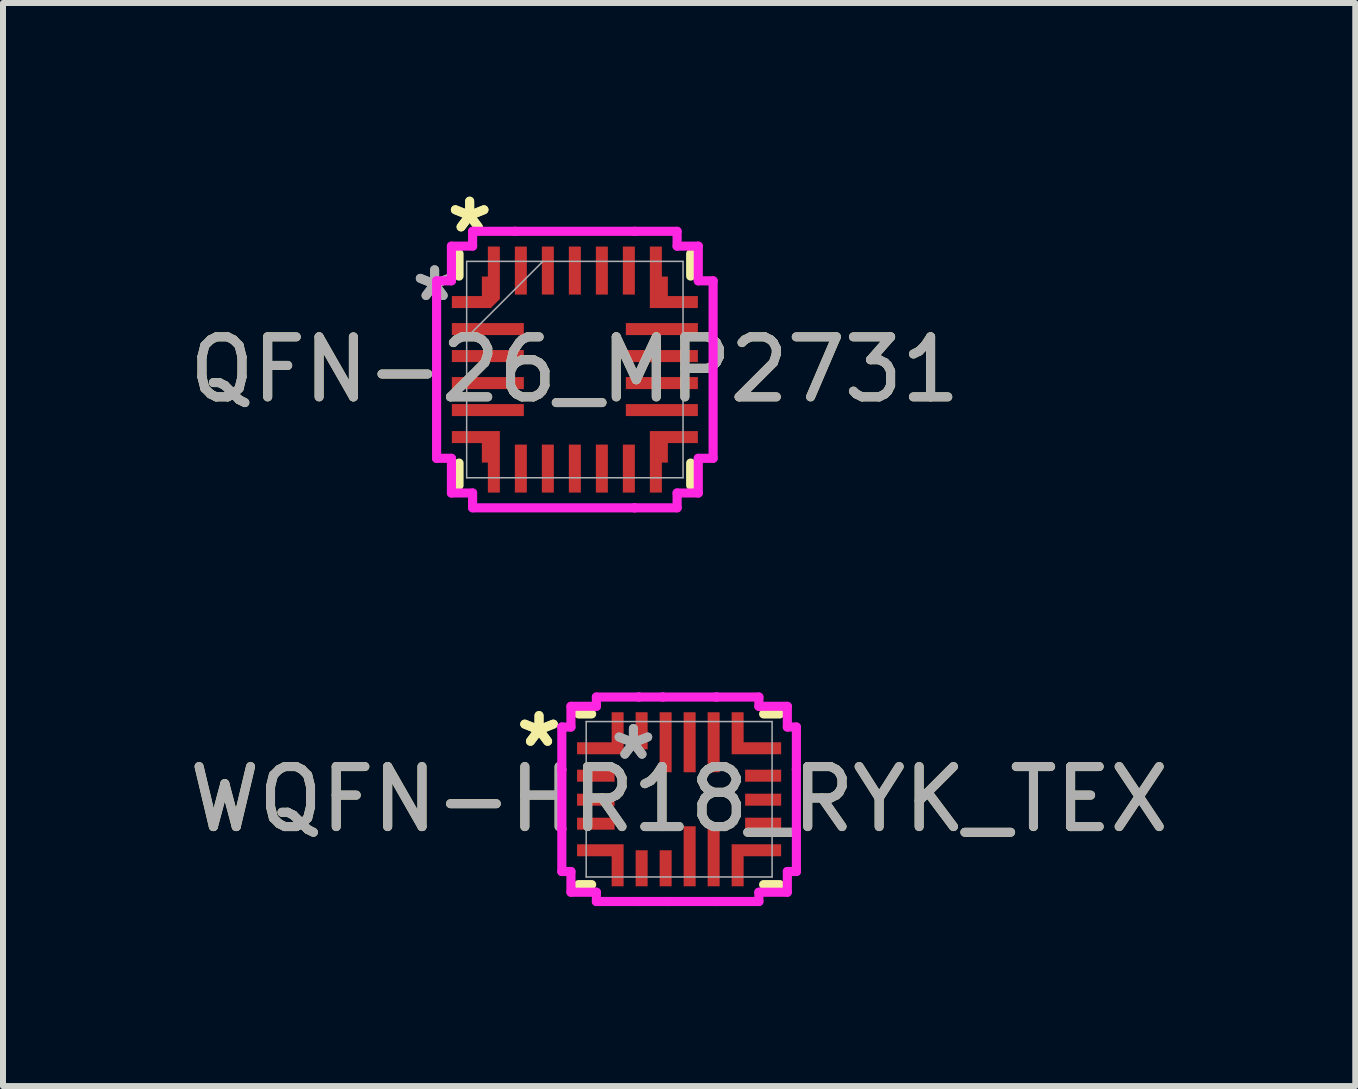
<source format=kicad_pcb>
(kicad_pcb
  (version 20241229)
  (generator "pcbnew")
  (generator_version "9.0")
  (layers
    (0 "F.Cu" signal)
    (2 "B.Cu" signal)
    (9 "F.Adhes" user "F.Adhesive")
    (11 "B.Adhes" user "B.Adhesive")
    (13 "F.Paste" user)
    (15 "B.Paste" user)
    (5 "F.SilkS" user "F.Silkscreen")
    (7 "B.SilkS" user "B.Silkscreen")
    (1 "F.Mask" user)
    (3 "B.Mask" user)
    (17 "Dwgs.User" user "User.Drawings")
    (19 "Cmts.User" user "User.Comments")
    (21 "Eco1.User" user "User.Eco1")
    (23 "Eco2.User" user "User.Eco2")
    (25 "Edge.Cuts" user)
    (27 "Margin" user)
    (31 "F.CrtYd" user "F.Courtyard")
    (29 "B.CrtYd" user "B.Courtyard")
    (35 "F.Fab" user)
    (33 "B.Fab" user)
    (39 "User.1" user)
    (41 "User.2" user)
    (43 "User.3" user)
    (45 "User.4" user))
  (footprint "WQFN-HR18_RYK_TEX"
    (layer "F.Cu")
    (at 8.268 10.27)
    (property "Reference" "WQFN-HR18_RYK_TEX" (at 0 0 0) (unlocked yes) (layer "F.SilkS") (effects (font (size 1 1) (thickness 0.15))))
    (attr smd)
    (fp_poly (pts (xy -1.701 -0.95) (xy -1.701 -0.75) (xy -0.925 -0.75) (xy -0.925 -1.45) (xy -1.125 -1.45) (xy -1.125 -0.95)) (stroke (width 0) (type solid)) (fill yes) (layer "F.Cu"))
    (fp_poly (pts (xy -1.701 0.95) (xy -1.701 0.75) (xy -0.925 0.75) (xy -0.925 1.45) (xy -1.125 1.45) (xy -1.125 0.95)) (stroke (width 0) (type solid)) (fill yes) (layer "F.Cu"))
    (fp_poly (pts (xy 0.875 -1.45) (xy 0.875 -0.75) (xy 1.7 -0.75) (xy 1.7 -0.95) (xy 1.075 -0.95) (xy 1.075 -1.45)) (stroke (width 0) (type solid)) (fill yes) (layer "F.Cu"))
    (fp_poly (pts (xy 0.875 1.45) (xy 0.875 0.75) (xy 1.7 0.75) (xy 1.7 0.95) (xy 1.075 0.95) (xy 1.075 1.45)) (stroke (width 0) (type solid)) (fill yes) (layer "F.Cu"))
    (fp_poly (pts (xy -1.701 -0.95) (xy -1.701 -0.75) (xy -0.925 -0.75) (xy -0.925 -1.45) (xy -1.125 -1.45) (xy -1.125 -0.95)) (stroke (width 0) (type solid)) (fill yes) (layer "F.Mask"))
    (fp_poly (pts (xy -1.701 0.95) (xy -1.701 0.75) (xy -0.925 0.75) (xy -0.925 1.45) (xy -1.125 1.45) (xy -1.125 0.95)) (stroke (width 0) (type solid)) (fill yes) (layer "F.Mask"))
    (fp_poly (pts (xy 0.875 -1.45) (xy 0.875 -0.75) (xy 1.7 -0.75) (xy 1.7 -0.95) (xy 1.075 -0.95) (xy 1.075 -1.45)) (stroke (width 0) (type solid)) (fill yes) (layer "F.Mask"))
    (fp_poly (pts (xy 0.875 1.45) (xy 0.875 0.75) (xy 1.7 0.75) (xy 1.7 0.95) (xy 1.075 0.95) (xy 1.075 1.45)) (stroke (width 0) (type solid)) (fill yes) (layer "F.Mask"))
    (fp_line (start -1.676 -1.422) (end -1.458 -1.422) (stroke (width 0.152) (type solid)) (layer "F.SilkS"))
    (fp_line (start -1.458 1.422) (end -1.676 1.422) (stroke (width 0.152) (type solid)) (layer "F.SilkS"))
    (fp_line (start 1.408 -1.422) (end 1.676 -1.422) (stroke (width 0.152) (type solid)) (layer "F.SilkS"))
    (fp_line (start 1.676 1.422) (end 1.408 1.422) (stroke (width 0.152) (type solid)) (layer "F.SilkS"))
    (fp_poly (pts (xy -1.701 -0.95) (xy -1.701 -0.75) (xy -0.925 -0.75) (xy -0.925 -1.45) (xy -1.125 -1.45) (xy -1.125 -0.95)) (stroke (width 0) (type solid)) (fill yes) (layer "F.Paste"))
    (fp_poly (pts (xy -1.701 0.95) (xy -1.701 0.75) (xy -0.925 0.75) (xy -0.925 1.45) (xy -1.125 1.45) (xy -1.125 0.95)) (stroke (width 0) (type solid)) (fill yes) (layer "F.Paste"))
    (fp_poly (pts (xy 0.875 -1.45) (xy 0.875 -0.75) (xy 1.7 -0.75) (xy 1.7 -0.95) (xy 1.075 -0.95) (xy 1.075 -1.45)) (stroke (width 0) (type solid)) (fill yes) (layer "F.Paste"))
    (fp_poly (pts (xy 0.875 1.45) (xy 0.875 0.75) (xy 1.7 0.75) (xy 1.7 0.95) (xy 1.075 0.95) (xy 1.075 1.45)) (stroke (width 0) (type solid)) (fill yes) (layer "F.Paste"))
    (fp_line (start -1.955 -1.204) (end -1.955 -0.496) (stroke (width 0.152) (type solid)) (layer "F.CrtYd"))
    (fp_line (start -1.955 -0.496) (end -1.954 -0.496) (stroke (width 0.152) (type solid)) (layer "F.CrtYd"))
    (fp_line (start -1.955 0.496) (end -1.955 1.204) (stroke (width 0.152) (type solid)) (layer "F.CrtYd"))
    (fp_line (start -1.955 1.204) (end -1.803 1.204) (stroke (width 0.152) (type solid)) (layer "F.CrtYd"))
    (fp_line (start -1.954 -0.496) (end -1.954 0.496) (stroke (width 0.152) (type solid)) (layer "F.CrtYd"))
    (fp_line (start -1.954 0.496) (end -1.955 0.496) (stroke (width 0.152) (type solid)) (layer "F.CrtYd"))
    (fp_line (start -1.803 -1.549) (end -1.803 -1.204) (stroke (width 0.152) (type solid)) (layer "F.CrtYd"))
    (fp_line (start -1.803 -1.204) (end -1.955 -1.204) (stroke (width 0.152) (type solid)) (layer "F.CrtYd"))
    (fp_line (start -1.803 1.204) (end -1.803 1.549) (stroke (width 0.152) (type solid)) (layer "F.CrtYd"))
    (fp_line (start -1.803 1.549) (end -1.379 1.549) (stroke (width 0.152) (type solid)) (layer "F.CrtYd"))
    (fp_line (start -1.379 -1.704) (end -1.379 -1.549) (stroke (width 0.152) (type solid)) (layer "F.CrtYd"))
    (fp_line (start -1.379 -1.549) (end -1.803 -1.549) (stroke (width 0.152) (type solid)) (layer "F.CrtYd"))
    (fp_line (start -1.379 1.549) (end -1.379 1.704) (stroke (width 0.152) (type solid)) (layer "F.CrtYd"))
    (fp_line (start -1.379 1.704) (end -0.671 1.704) (stroke (width 0.152) (type solid)) (layer "F.CrtYd"))
    (fp_line (start -0.671 -1.704) (end -0.671 -1.704) (stroke (width 0.152) (type solid)) (layer "F.CrtYd"))
    (fp_line (start -0.671 -1.704) (end -1.379 -1.704) (stroke (width 0.152) (type solid)) (layer "F.CrtYd"))
    (fp_line (start -0.671 1.704) (end -0.671 1.704) (stroke (width 0.152) (type solid)) (layer "F.CrtYd"))
    (fp_line (start -0.671 1.704) (end -0.179 1.704) (stroke (width 0.152) (type solid)) (layer "F.CrtYd"))
    (fp_line (start -0.271 -1.704) (end -0.671 -1.704) (stroke (width 0.152) (type solid)) (layer "F.CrtYd"))
    (fp_line (start -0.271 -1.704) (end -0.271 -1.704) (stroke (width 0.152) (type solid)) (layer "F.CrtYd"))
    (fp_line (start -0.179 1.704) (end 0.621 1.704) (stroke (width 0.152) (type solid)) (layer "F.CrtYd"))
    (fp_line (start -0.179 1.704) (end -0.179 1.704) (stroke (width 0.152) (type solid)) (layer "F.CrtYd"))
    (fp_line (start 0.621 -1.704) (end 0.621 -1.704) (stroke (width 0.152) (type solid)) (layer "F.CrtYd"))
    (fp_line (start 0.621 -1.704) (end -0.271 -1.704) (stroke (width 0.152) (type solid)) (layer "F.CrtYd"))
    (fp_line (start 0.621 1.704) (end 0.621 1.704) (stroke (width 0.152) (type solid)) (layer "F.CrtYd"))
    (fp_line (start 0.621 1.704) (end 1.329 1.704) (stroke (width 0.152) (type solid)) (layer "F.CrtYd"))
    (fp_line (start 1.329 -1.704) (end 0.621 -1.704) (stroke (width 0.152) (type solid)) (layer "F.CrtYd"))
    (fp_line (start 1.329 -1.549) (end 1.329 -1.704) (stroke (width 0.152) (type solid)) (layer "F.CrtYd"))
    (fp_line (start 1.329 1.549) (end 1.803 1.549) (stroke (width 0.152) (type solid)) (layer "F.CrtYd"))
    (fp_line (start 1.329 1.704) (end 1.329 1.549) (stroke (width 0.152) (type solid)) (layer "F.CrtYd"))
    (fp_line (start 1.803 -1.549) (end 1.329 -1.549) (stroke (width 0.152) (type solid)) (layer "F.CrtYd"))
    (fp_line (start 1.803 -1.204) (end 1.803 -1.549) (stroke (width 0.152) (type solid)) (layer "F.CrtYd"))
    (fp_line (start 1.803 1.204) (end 1.954 1.204) (stroke (width 0.152) (type solid)) (layer "F.CrtYd"))
    (fp_line (start 1.803 1.549) (end 1.803 1.204) (stroke (width 0.152) (type solid)) (layer "F.CrtYd"))
    (fp_line (start 1.954 -1.204) (end 1.803 -1.204) (stroke (width 0.152) (type solid)) (layer "F.CrtYd"))
    (fp_line (start 1.954 -0.496) (end 1.954 -1.204) (stroke (width 0.152) (type solid)) (layer "F.CrtYd"))
    (fp_line (start 1.954 -0.496) (end 1.954 -0.496) (stroke (width 0.152) (type solid)) (layer "F.CrtYd"))
    (fp_line (start 1.954 0.496) (end 1.954 -0.496) (stroke (width 0.152) (type solid)) (layer "F.CrtYd"))
    (fp_line (start 1.954 0.496) (end 1.954 0.496) (stroke (width 0.152) (type solid)) (layer "F.CrtYd"))
    (fp_line (start 1.954 1.204) (end 1.954 0.496) (stroke (width 0.152) (type solid)) (layer "F.CrtYd"))
    (fp_line (start -1.549 -1.295) (end -1.549 1.295) (stroke (width 0.025) (type solid)) (layer "F.Fab"))
    (fp_line (start -1.549 1.295) (end 1.549 1.295) (stroke (width 0.025) (type solid)) (layer "F.Fab"))
    (fp_line (start 1.549 -1.295) (end -1.549 -1.295) (stroke (width 0.025) (type solid)) (layer "F.Fab"))
    (fp_line (start 1.549 1.295) (end 1.549 -1.295) (stroke (width 0.025) (type solid)) (layer "F.Fab"))
    (fp_text user "*" (at -2.335 -0.85 0) (layer "F.SilkS") (effects (font (size 1 1) (thickness 0.15))))
    (fp_text user "*" (at -2.335 -0.85 0) (unlocked yes) (layer "F.SilkS") (effects (font (size 1 1) (thickness 0.15))))
    (fp_text user "*" (at -0.762 -0.635 0) (layer "F.Fab") (effects (font (size 1 1) (thickness 0.15))))
    (fp_text user "*" (at -0.762 -0.635 0) (unlocked yes) (layer "F.Fab") (effects (font (size 1 1) (thickness 0.15))))
    (fp_text user "${REFERENCE}" (at 0 0 0) (unlocked yes) (layer "F.Fab") (effects (font (size 1 1) (thickness 0.15))))
    (pad "1" smd rect (at -1.025 -0.85) (size 0.127 0.127) (layers "F.Cu" "F.Mask" "F.Paste"))
    (pad "2" smd rect (at -1.388 -0.393) (size 0.625 0.2) (layers "F.Cu" "F.Mask" "F.Paste"))
    (pad "3" smd rect (at -1.388 0.007) (size 0.625 0.2) (layers "F.Cu" "F.Mask" "F.Paste"))
    (pad "4" smd rect (at -1.388 0.407) (size 0.625 0.2) (layers "F.Cu" "F.Mask" "F.Paste"))
    (pad "5" smd rect (at -1.025 0.85) (size 0.127 0.127) (layers "F.Cu" "F.Mask" "F.Paste"))
    (pad "6" smd rect (at -0.625 1.15 90) (size 0.6 0.2) (layers "F.Cu" "F.Mask" "F.Paste"))
    (pad "7" smd rect (at -0.225 1.15 90) (size 0.6 0.2) (layers "F.Cu" "F.Mask" "F.Paste"))
    (pad "8" smd rect (at 0.175 0.95) (size 0.2 1) (layers "F.Cu" "F.Mask" "F.Paste"))
    (pad "9" smd rect (at 0.575 0.95) (size 0.2 1) (layers "F.Cu" "F.Mask" "F.Paste"))
    (pad "10" smd rect (at 0.975 0.85) (size 0.127 0.127) (layers "F.Cu" "F.Mask" "F.Paste"))
    (pad "11" smd rect (at 1.4 0.407) (size 0.6 0.2) (layers "F.Cu" "F.Mask" "F.Paste"))
    (pad "12" smd rect (at 1.4 0.007) (size 0.6 0.2) (layers "F.Cu" "F.Mask" "F.Paste"))
    (pad "13" smd rect (at 1.4 -0.393) (size 0.6 0.2) (layers "F.Cu" "F.Mask" "F.Paste"))
    (pad "14" smd rect (at 0.975 -0.85) (size 0.127 0.127) (layers "F.Cu" "F.Mask" "F.Paste"))
    (pad "15" smd rect (at 0.575 -0.95) (size 0.2 1) (layers "F.Cu" "F.Mask" "F.Paste"))
    (pad "16" smd rect (at 0.175 -0.95) (size 0.2 1) (layers "F.Cu" "F.Mask" "F.Paste"))
    (pad "17" smd rect (at -0.225 -0.95) (size 0.2 1) (layers "F.Cu" "F.Mask" "F.Paste"))
    (pad "18" smd rect (at -0.625 -1.141 90) (size 0.619 0.2) (layers "F.Cu" "F.Mask" "F.Paste")))
  (footprint "QFN-26_MP2731"
    (layer "F.Cu")
    (at 6.53 3.109)
    (property "Reference" "QFN-26_MP2731" (at 0 0 0) (unlocked yes) (layer "F.SilkS") (effects (font (size 1 1) (thickness 0.15))))
    (attr smd)
    (fp_poly (pts (xy -2.05 1.025) (xy -2.05 1.225) (xy -1.55 1.225) (xy -1.55 1.55) (xy -1.45 1.55) (xy -1.45 2.05) (xy -1.25 2.05) (xy -1.25 1.025)) (stroke (width 0) (type solid)) (fill yes) (layer "F.Cu"))
    (fp_poly (pts (xy 2.05 -1.025) (xy 2.05 -1.225) (xy 1.55 -1.225) (xy 1.55 -1.55) (xy 1.45 -1.55) (xy 1.45 -2.05) (xy 1.25 -2.05) (xy 1.25 -1.025)) (stroke (width 0) (type solid)) (fill yes) (layer "F.Cu"))
    (fp_poly (pts (xy 2.05 1.025) (xy 2.05 1.225) (xy 1.55 1.225) (xy 1.55 1.55) (xy 1.45 1.55) (xy 1.45 2.05) (xy 1.25 2.05) (xy 1.25 1.025)) (stroke (width 0) (type solid)) (fill yes) (layer "F.Cu"))
    (fp_poly (pts (xy -1.45 -2.05) (xy -1.25 -2.05) (xy -1.25 -1.175) (xy -1.4 -1.025) (xy -2.05 -1.025) (xy -2.05 -1.225) (xy -1.55 -1.225) (xy -1.55 -1.55) (xy -1.45 -1.55)) (stroke (width 0) (type solid)) (fill yes) (layer "F.Cu"))
    (fp_poly (pts (xy -2.05 1.025) (xy -2.05 1.225) (xy -1.55 1.225) (xy -1.55 1.55) (xy -1.45 1.55) (xy -1.45 2.05) (xy -1.25 2.05) (xy -1.25 1.025)) (stroke (width 0) (type solid)) (fill yes) (layer "F.Mask"))
    (fp_poly (pts (xy 2.05 -1.025) (xy 2.05 -1.225) (xy 1.55 -1.225) (xy 1.55 -1.55) (xy 1.45 -1.55) (xy 1.45 -2.05) (xy 1.25 -2.05) (xy 1.25 -1.025)) (stroke (width 0) (type solid)) (fill yes) (layer "F.Mask"))
    (fp_poly (pts (xy 2.05 1.025) (xy 2.05 1.225) (xy 1.55 1.225) (xy 1.55 1.55) (xy 1.45 1.55) (xy 1.45 2.05) (xy 1.25 2.05) (xy 1.25 1.025)) (stroke (width 0) (type solid)) (fill yes) (layer "F.Mask"))
    (fp_poly (pts (xy -1.45 -2.05) (xy -1.25 -2.05) (xy -1.25 -1.175) (xy -1.4 -1.025) (xy -2.05 -1.025) (xy -2.05 -1.225) (xy -1.55 -1.225) (xy -1.55 -1.55) (xy -1.45 -1.55)) (stroke (width 0) (type solid)) (fill yes) (layer "F.Mask"))
    (fp_line (start -1.93 -1.558) (end -1.93 -1.93) (stroke (width 0.152) (type solid)) (layer "F.SilkS"))
    (fp_line (start -1.93 1.93) (end -1.93 1.558) (stroke (width 0.152) (type solid)) (layer "F.SilkS"))
    (fp_line (start 1.93 -1.93) (end 1.93 -1.558) (stroke (width 0.152) (type solid)) (layer "F.SilkS"))
    (fp_line (start 1.93 1.558) (end 1.93 1.93) (stroke (width 0.152) (type solid)) (layer "F.SilkS"))
    (fp_poly (pts (xy -2.05 1.025) (xy -2.05 1.225) (xy -1.55 1.225) (xy -1.55 1.55) (xy -1.45 1.55) (xy -1.45 2.05) (xy -1.25 2.05) (xy -1.25 1.025)) (stroke (width 0) (type solid)) (fill yes) (layer "F.Paste"))
    (fp_poly (pts (xy 2.05 -1.025) (xy 2.05 -1.225) (xy 1.55 -1.225) (xy 1.55 -1.55) (xy 1.45 -1.55) (xy 1.45 -2.05) (xy 1.25 -2.05) (xy 1.25 -1.025)) (stroke (width 0) (type solid)) (fill yes) (layer "F.Paste"))
    (fp_poly (pts (xy 2.05 1.025) (xy 2.05 1.225) (xy 1.55 1.225) (xy 1.55 1.55) (xy 1.45 1.55) (xy 1.45 2.05) (xy 1.25 2.05) (xy 1.25 1.025)) (stroke (width 0) (type solid)) (fill yes) (layer "F.Paste"))
    (fp_poly (pts (xy -1.45 -2.05) (xy -1.25 -2.05) (xy -1.25 -1.175) (xy -1.4 -1.025) (xy -2.05 -1.025) (xy -2.05 -1.225) (xy -1.55 -1.225) (xy -1.55 -1.55) (xy -1.45 -1.55)) (stroke (width 0) (type solid)) (fill yes) (layer "F.Paste"))
    (fp_line (start -2.304 -1.479) (end -2.304 1.479) (stroke (width 0.152) (type solid)) (layer "F.CrtYd"))
    (fp_line (start -2.304 1.479) (end -2.057 1.479) (stroke (width 0.152) (type solid)) (layer "F.CrtYd"))
    (fp_line (start -2.057 -2.057) (end -2.057 -1.479) (stroke (width 0.152) (type solid)) (layer "F.CrtYd"))
    (fp_line (start -2.057 -1.479) (end -2.304 -1.479) (stroke (width 0.152) (type solid)) (layer "F.CrtYd"))
    (fp_line (start -2.057 1.479) (end -2.057 2.057) (stroke (width 0.152) (type solid)) (layer "F.CrtYd"))
    (fp_line (start -2.057 2.057) (end -1.704 2.057) (stroke (width 0.152) (type solid)) (layer "F.CrtYd"))
    (fp_line (start -1.704 -2.304) (end -1.704 -2.057) (stroke (width 0.152) (type solid)) (layer "F.CrtYd"))
    (fp_line (start -1.704 -2.057) (end -2.057 -2.057) (stroke (width 0.152) (type solid)) (layer "F.CrtYd"))
    (fp_line (start -1.704 2.057) (end -1.704 2.304) (stroke (width 0.152) (type solid)) (layer "F.CrtYd"))
    (fp_line (start -1.704 2.304) (end 0.996 2.304) (stroke (width 0.152) (type solid)) (layer "F.CrtYd"))
    (fp_line (start -0.996 -2.304) (end -1.704 -2.304) (stroke (width 0.152) (type solid)) (layer "F.CrtYd"))
    (fp_line (start -0.996 -2.304) (end -0.996 -2.304) (stroke (width 0.152) (type solid)) (layer "F.CrtYd"))
    (fp_line (start 0.996 -2.304) (end 0.996 -2.304) (stroke (width 0.152) (type solid)) (layer "F.CrtYd"))
    (fp_line (start 0.996 -2.304) (end -0.996 -2.304) (stroke (width 0.152) (type solid)) (layer "F.CrtYd"))
    (fp_line (start 0.996 2.304) (end 0.996 2.304) (stroke (width 0.152) (type solid)) (layer "F.CrtYd"))
    (fp_line (start 0.996 2.304) (end 1.704 2.304) (stroke (width 0.152) (type solid)) (layer "F.CrtYd"))
    (fp_line (start 1.704 -2.304) (end 0.996 -2.304) (stroke (width 0.152) (type solid)) (layer "F.CrtYd"))
    (fp_line (start 1.704 -2.057) (end 1.704 -2.304) (stroke (width 0.152) (type solid)) (layer "F.CrtYd"))
    (fp_line (start 1.704 2.057) (end 2.057 2.057) (stroke (width 0.152) (type solid)) (layer "F.CrtYd"))
    (fp_line (start 1.704 2.304) (end 1.704 2.057) (stroke (width 0.152) (type solid)) (layer "F.CrtYd"))
    (fp_line (start 2.057 -2.057) (end 1.704 -2.057) (stroke (width 0.152) (type solid)) (layer "F.CrtYd"))
    (fp_line (start 2.057 -1.479) (end 2.057 -2.057) (stroke (width 0.152) (type solid)) (layer "F.CrtYd"))
    (fp_line (start 2.057 1.479) (end 2.304 1.479) (stroke (width 0.152) (type solid)) (layer "F.CrtYd"))
    (fp_line (start 2.057 2.057) (end 2.057 1.479) (stroke (width 0.152) (type solid)) (layer "F.CrtYd"))
    (fp_line (start 2.304 -1.479) (end 2.057 -1.479) (stroke (width 0.152) (type solid)) (layer "F.CrtYd"))
    (fp_line (start 2.304 1.479) (end 2.304 -1.479) (stroke (width 0.152) (type solid)) (layer "F.CrtYd"))
    (fp_line (start -1.803 -1.803) (end -1.803 1.803) (stroke (width 0.025) (type solid)) (layer "F.Fab"))
    (fp_line (start -1.803 -0.533) (end -0.533 -1.803) (stroke (width 0.025) (type solid)) (layer "F.Fab"))
    (fp_line (start -1.803 1.803) (end 1.803 1.803) (stroke (width 0.025) (type solid)) (layer "F.Fab"))
    (fp_line (start 1.803 -1.803) (end -1.803 -1.803) (stroke (width 0.025) (type solid)) (layer "F.Fab"))
    (fp_line (start 1.803 1.803) (end 1.803 -1.803) (stroke (width 0.025) (type solid)) (layer "F.Fab"))
    (fp_text user "*" (at -1.753 -2.261 0) (unlocked yes) (layer "F.SilkS") (effects (font (size 1 1) (thickness 0.15))))
    (fp_text user "*" (at -1.753 -2.261 0) (layer "F.SilkS") (effects (font (size 1 1) (thickness 0.15))))
    (fp_text user "${REFERENCE}" (at 0 0 0) (unlocked yes) (layer "F.Fab") (effects (font (size 1 1) (thickness 0.15))))
    (fp_text user "*" (at -2.337 -1.118 0) (unlocked yes) (layer "F.Fab") (effects (font (size 1 1) (thickness 0.15))))
    (fp_text user "*" (at -2.337 -1.118 0) (layer "F.Fab") (effects (font (size 1 1) (thickness 0.15))))
    (pad "1" smd rect (at -1.65 -1.125) (size 0.127 0.127) (layers "F.Cu" "F.Mask" "F.Paste"))
    (pad "2" smd rect (at -1.45 -0.675) (size 1.2 0.2) (layers "F.Cu" "F.Mask" "F.Paste"))
    (pad "3" smd rect (at -1.45 -0.225) (size 1.2 0.2) (layers "F.Cu" "F.Mask" "F.Paste"))
    (pad "4" smd rect (at -1.45 0.225) (size 1.2 0.2) (layers "F.Cu" "F.Mask" "F.Paste"))
    (pad "5" smd rect (at -1.45 0.675) (size 1.2 0.2) (layers "F.Cu" "F.Mask" "F.Paste"))
    (pad "6" smd rect (at -1.65 1.125) (size 0.127 0.127) (layers "F.Cu" "F.Mask" "F.Paste"))
    (pad "7" smd rect (at -1.35 1.65 90) (size 0.127 0.127) (layers "F.Cu" "F.Mask" "F.Paste"))
    (pad "8" smd rect (at -0.9 1.65 90) (size 0.8 0.2) (layers "F.Cu" "F.Mask" "F.Paste"))
    (pad "9" smd rect (at -0.45 1.65 90) (size 0.8 0.2) (layers "F.Cu" "F.Mask" "F.Paste"))
    (pad "10" smd rect (at 0 1.65 90) (size 0.8 0.2) (layers "F.Cu" "F.Mask" "F.Paste"))
    (pad "11" smd rect (at 0.45 1.65 90) (size 0.8 0.2) (layers "F.Cu" "F.Mask" "F.Paste"))
    (pad "12" smd rect (at 0.9 1.65 90) (size 0.8 0.2) (layers "F.Cu" "F.Mask" "F.Paste"))
    (pad "13" smd rect (at 1.35 1.65 90) (size 0.127 0.127) (layers "F.Cu" "F.Mask" "F.Paste"))
    (pad "14" smd rect (at 1.65 1.125) (size 0.127 0.127) (layers "F.Cu" "F.Mask" "F.Paste"))
    (pad "15" smd rect (at 1.45 0.675) (size 1.2 0.2) (layers "F.Cu" "F.Mask" "F.Paste"))
    (pad "16" smd rect (at 1.45 0.225) (size 1.2 0.2) (layers "F.Cu" "F.Mask" "F.Paste"))
    (pad "17" smd rect (at 1.45 -0.225) (size 1.2 0.2) (layers "F.Cu" "F.Mask" "F.Paste"))
    (pad "18" smd rect (at 1.45 -0.675) (size 1.2 0.2) (layers "F.Cu" "F.Mask" "F.Paste"))
    (pad "19" smd rect (at 1.65 -1.125) (size 0.127 0.127) (layers "F.Cu" "F.Mask" "F.Paste"))
    (pad "20" smd rect (at 1.35 -1.65 90) (size 0.127 0.127) (layers "F.Cu" "F.Mask" "F.Paste"))
    (pad "21" smd rect (at 0.9 -1.65 90) (size 0.8 0.2) (layers "F.Cu" "F.Mask" "F.Paste"))
    (pad "22" smd rect (at 0.45 -1.65 90) (size 0.8 0.2) (layers "F.Cu" "F.Mask" "F.Paste"))
    (pad "23" smd rect (at 0 -1.65 90) (size 0.8 0.2) (layers "F.Cu" "F.Mask" "F.Paste"))
    (pad "24" smd rect (at -0.45 -1.65 90) (size 0.8 0.2) (layers "F.Cu" "F.Mask" "F.Paste"))
    (pad "25" smd rect (at -0.9 -1.65 90) (size 0.8 0.2) (layers "F.Cu" "F.Mask" "F.Paste"))
    (pad "26" smd rect (at -1.35 -1.65 90) (size 0.127 0.127) (layers "F.Cu" "F.Mask" "F.Paste")))
  (gr_rect
    (start -3 -3)
    (end 19.536 15.05)
    (stroke (width 0.1) (type default))
    (fill no)
    (layer "Edge.Cuts")))
</source>
